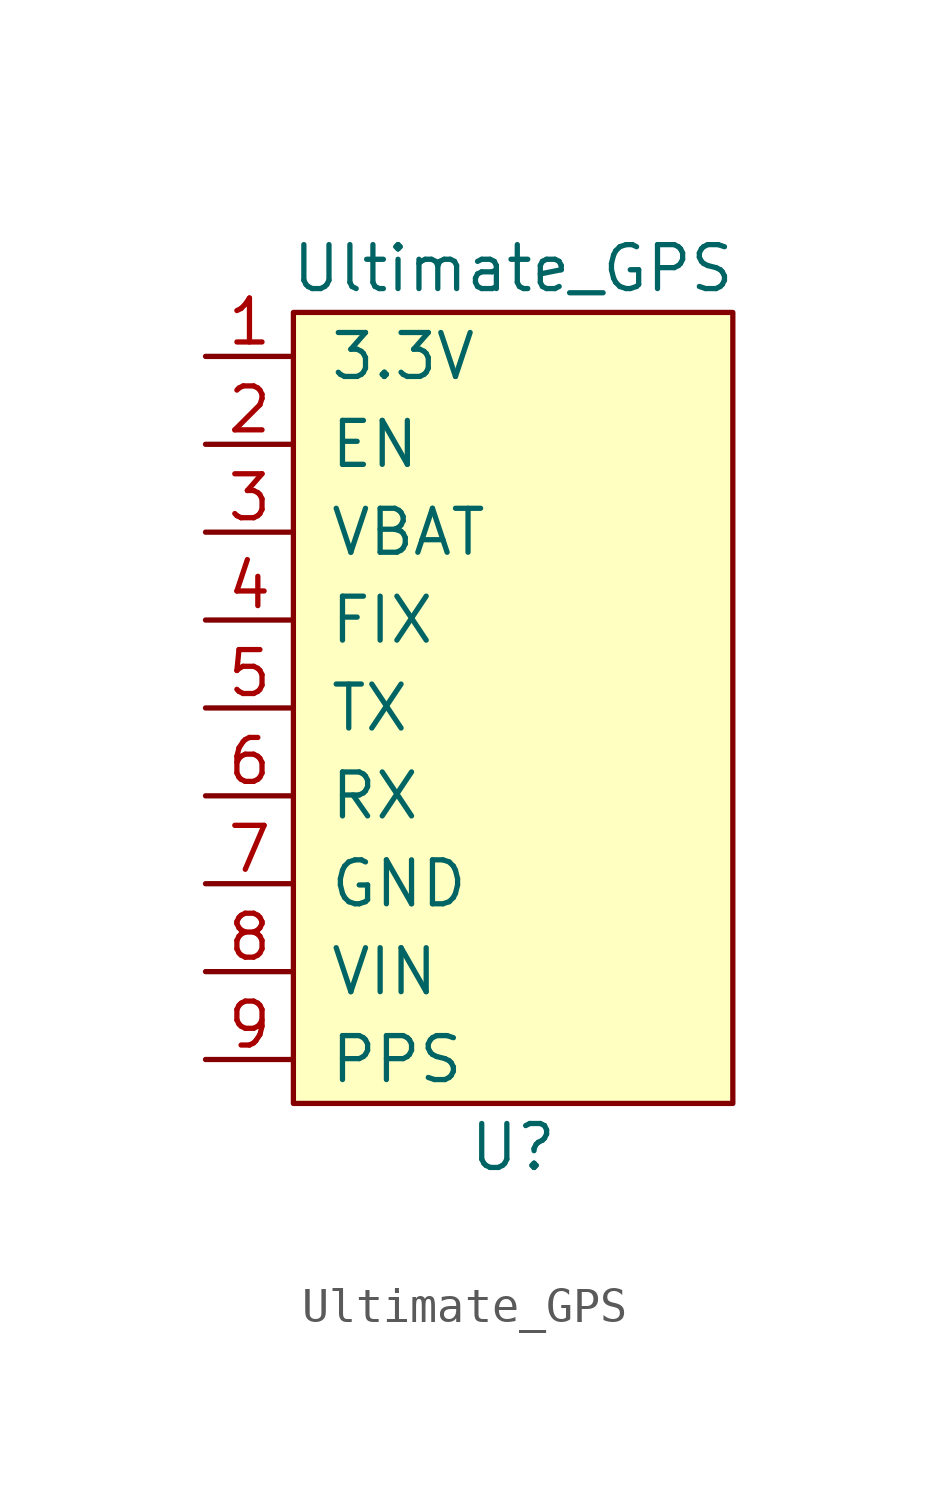
<source format=kicad_sym>
(kicad_symbol_lib
  (version 20211014)
  (generator kicad_symbol_editor)
  (symbol "Ultimate_GPS"
    (pin_names
      (offset 1.016))
    (property "Reference" "U"
      (at 0 -12.7 0)
      (effects (font (size 1.27 1.27))))
    (property "Value" "Ultimate_GPS"
      (at 0 12.7 0)
      (effects (font (size 1.27 1.27))))
    (symbol "Ultimate_GPS_0_1"
      (rectangle (start -6.35 11.43) (end 6.35 -11.43) (stroke (width 0) (type default) (color 0 0 0 0)) (fill (type background))))
    (symbol "Ultimate_GPS_1_1"
      (pin output line (at -8.89 10.16 0) (length 2.54) (name "3.3V" (effects (font (size 1.27 1.27)))) (number "1" (effects (font (size 1.27 1.27)))))
      (pin input line (at -8.89 7.62 0) (length 2.54) (name "EN" (effects (font (size 1.27 1.27)))) (number "2" (effects (font (size 1.27 1.27)))))
      (pin input line (at -8.89 5.08 0) (length 2.54) (name "VBAT" (effects (font (size 1.27 1.27)))) (number "3" (effects (font (size 1.27 1.27)))))
      (pin output line (at -8.89 2.54 0) (length 2.54) (name "FIX" (effects (font (size 1.27 1.27)))) (number "4" (effects (font (size 1.27 1.27)))))
      (pin output line (at -8.89 0 0) (length 2.54) (name "TX" (effects (font (size 1.27 1.27)))) (number "5" (effects (font (size 1.27 1.27)))))
      (pin input line (at -8.89 -2.54 0) (length 2.54) (name "RX" (effects (font (size 1.27 1.27)))) (number "6" (effects (font (size 1.27 1.27)))))
      (pin bidirectional line (at -8.89 -5.08 0) (length 2.54) (name "GND" (effects (font (size 1.27 1.27)))) (number "7" (effects (font (size 1.27 1.27)))))
      (pin input line (at -8.89 -7.62 0) (length 2.54) (name "VIN" (effects (font (size 1.27 1.27)))) (number "8" (effects (font (size 1.27 1.27)))))
      (pin output line (at -8.89 -10.16 0) (length 2.54) (name "PPS" (effects (font (size 1.27 1.27)))) (number "9" (effects (font (size 1.27 1.27))))))))
</source>
